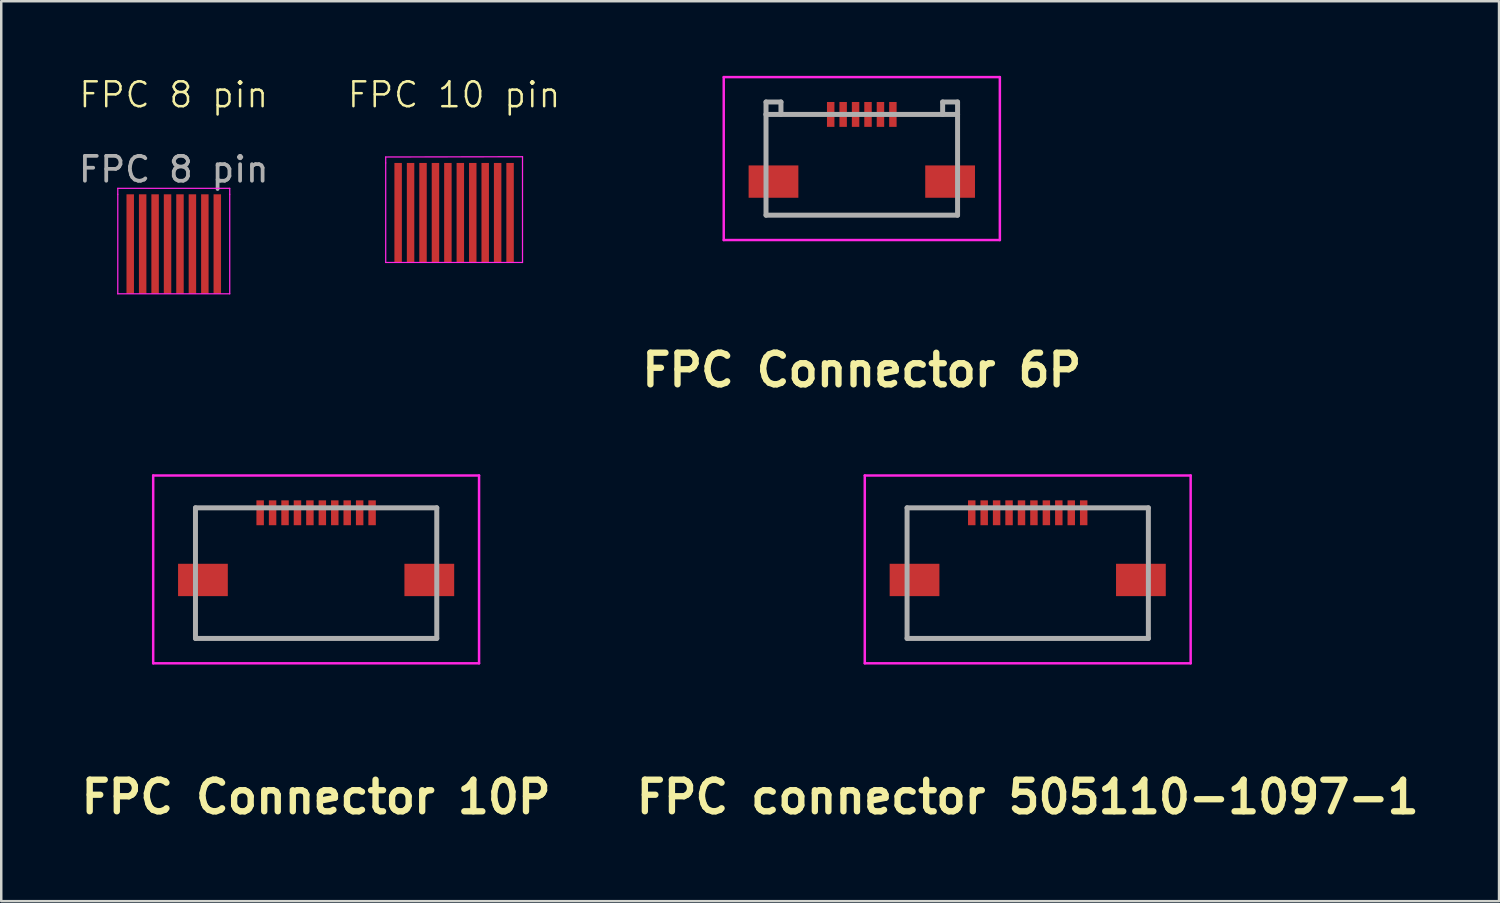
<source format=kicad_pcb>
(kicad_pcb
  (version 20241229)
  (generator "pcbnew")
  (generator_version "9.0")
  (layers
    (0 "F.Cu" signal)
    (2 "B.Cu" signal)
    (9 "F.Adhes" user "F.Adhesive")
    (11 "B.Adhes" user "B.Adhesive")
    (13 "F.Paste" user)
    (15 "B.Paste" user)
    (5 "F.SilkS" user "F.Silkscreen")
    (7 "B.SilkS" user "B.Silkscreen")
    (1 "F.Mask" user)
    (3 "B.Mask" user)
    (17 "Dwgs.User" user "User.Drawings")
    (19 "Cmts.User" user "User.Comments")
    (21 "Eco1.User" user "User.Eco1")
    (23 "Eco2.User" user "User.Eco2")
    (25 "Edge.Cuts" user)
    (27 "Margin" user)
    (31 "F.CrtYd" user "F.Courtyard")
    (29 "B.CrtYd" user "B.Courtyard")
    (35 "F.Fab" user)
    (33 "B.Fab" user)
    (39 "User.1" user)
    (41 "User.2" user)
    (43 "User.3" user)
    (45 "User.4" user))
  (footprint "FPC connector 505110-1097-1"
    (layer "F.Cu")
    (at 38.264 19.989)
    (property "Reference" "FPC connector 505110-1097-1" (at 0 9 0) (layer "F.SilkS") (effects (font (size 1.27 1.27) (thickness 0.254))))
    (attr smd)
    (fp_line (start -4.85 -2.625) (end -4.85 -0.6) (stroke (width 0.1) (type solid)) (layer "F.SilkS"))
    (fp_line (start -4.85 1.2) (end -4.85 2.625) (stroke (width 0.1) (type solid)) (layer "F.SilkS"))
    (fp_line (start -4.85 2.625) (end 4.8 2.625) (stroke (width 0.1) (type solid)) (layer "F.SilkS"))
    (fp_line (start -2.7 -2.625) (end -4.85 -2.625) (stroke (width 0.1) (type solid)) (layer "F.SilkS"))
    (fp_line (start 2.7 -2.625) (end 4.85 -2.625) (stroke (width 0.1) (type solid)) (layer "F.SilkS"))
    (fp_line (start 4.85 -2.625) (end 4.85 -0.6) (stroke (width 0.1) (type solid)) (layer "F.SilkS"))
    (fp_line (start 4.85 1.2) (end 4.85 2.625) (stroke (width 0.1) (type solid)) (layer "F.SilkS"))
    (fp_line (start 4.85 2.625) (end 4.8 2.625) (stroke (width 0.1) (type solid)) (layer "F.SilkS"))
    (fp_line (start -6.55 -3.925) (end 6.55 -3.925) (stroke (width 0.1) (type solid)) (layer "F.CrtYd"))
    (fp_line (start -6.55 3.625) (end -6.55 -3.925) (stroke (width 0.1) (type solid)) (layer "F.CrtYd"))
    (fp_line (start 6.55 -3.925) (end 6.55 3.625) (stroke (width 0.1) (type solid)) (layer "F.CrtYd"))
    (fp_line (start 6.55 3.625) (end -6.55 3.625) (stroke (width 0.1) (type solid)) (layer "F.CrtYd"))
    (fp_line (start -4.85 -2.625) (end 4.85 -2.625) (stroke (width 0.2) (type solid)) (layer "F.Fab"))
    (fp_line (start -4.85 2.625) (end -4.85 -2.625) (stroke (width 0.2) (type solid)) (layer "F.Fab"))
    (fp_line (start 4.85 -2.625) (end 4.85 2.625) (stroke (width 0.2) (type solid)) (layer "F.Fab"))
    (fp_line (start 4.85 2.625) (end -4.85 2.625) (stroke (width 0.2) (type solid)) (layer "F.Fab"))
    (pad "1" smd rect (at -2.25 -2.425) (size 0.3 1) (layers "F.Cu" "F.Mask" "F.Paste"))
    (pad "2" smd rect (at -1.75 -2.425) (size 0.3 1) (layers "F.Cu" "F.Mask" "F.Paste"))
    (pad "3" smd rect (at -1.25 -2.425) (size 0.3 1) (layers "F.Cu" "F.Mask" "F.Paste"))
    (pad "4" smd rect (at -0.75 -2.425) (size 0.3 1) (layers "F.Cu" "F.Mask" "F.Paste"))
    (pad "5" smd rect (at -0.25 -2.425) (size 0.3 1) (layers "F.Cu" "F.Mask" "F.Paste"))
    (pad "6" smd rect (at 0.25 -2.425) (size 0.3 1) (layers "F.Cu" "F.Mask" "F.Paste"))
    (pad "7" smd rect (at 0.75 -2.425) (size 0.3 1) (layers "F.Cu" "F.Mask" "F.Paste"))
    (pad "8" smd rect (at 1.25 -2.425) (size 0.3 1) (layers "F.Cu" "F.Mask" "F.Paste"))
    (pad "9" smd rect (at 1.75 -2.425) (size 0.3 1) (layers "F.Cu" "F.Mask" "F.Paste"))
    (pad "10" smd rect (at 2.25 -2.425) (size 0.3 1) (layers "F.Cu" "F.Mask" "F.Paste"))
    (pad "MP1" smd rect (at -4.55 0.275 90) (size 1.3 2) (layers "F.Cu" "F.Mask" "F.Paste"))
    (pad "MP2" smd rect (at 4.55 0.275 90) (size 1.3 2) (layers "F.Cu" "F.Mask" "F.Paste")))
  (footprint "FPC 8 pin"
    (layer "F.Cu")
    (at 3.935 6.761)
    (property "Reference" "FPC 8 pin" (at 0 -6 0) (unlocked yes) (layer "F.SilkS") (effects (font (size 1 1) (thickness 0.1))))
    (fp_line (start -2.25 -2.24) (end -2.25 -2) (stroke (width 0.05) (type default)) (layer "F.CrtYd"))
    (fp_line (start -2.25 2) (end -2.25 -2) (stroke (width 0.05) (type default)) (layer "F.CrtYd"))
    (fp_line (start 2.25 -2.24) (end -2.25 -2.24) (stroke (width 0.05) (type default)) (layer "F.CrtYd"))
    (fp_line (start 2.25 -2) (end 2.25 -2.24) (stroke (width 0.05) (type default)) (layer "F.CrtYd"))
    (fp_line (start 2.25 -2) (end 2.25 2) (stroke (width 0.05) (type default)) (layer "F.CrtYd"))
    (fp_line (start 2.25 2) (end -2.25 2) (stroke (width 0.05) (type default)) (layer "F.CrtYd"))
    (fp_text user "${REFERENCE}" (at 0 -3 0) (unlocked yes) (layer "F.Fab") (effects (font (size 1 1) (thickness 0.15))))
    (pad "1" connect rect (at -1.75 0 90) (size 4 0.3) (layers "F.Cu" "F.Mask"))
    (pad "2" connect rect (at -1.25 0 90) (size 4 0.3) (layers "F.Cu" "F.Mask"))
    (pad "3" connect rect (at -0.75 0 90) (size 4 0.3) (layers "F.Cu" "F.Mask"))
    (pad "4" connect rect (at -0.25 0 90) (size 4 0.3) (layers "F.Cu" "F.Mask"))
    (pad "5" connect rect (at 0.25 0 90) (size 4 0.3) (layers "F.Cu" "F.Mask"))
    (pad "6" connect rect (at 0.75 0 90) (size 4 0.3) (layers "F.Cu" "F.Mask"))
    (pad "7" connect rect (at 1.25 0 90) (size 4 0.3) (layers "F.Cu" "F.Mask"))
    (pad "8" connect rect (at 1.75 0 90) (size 4 0.3) (layers "F.Cu" "F.Mask")))
  (footprint "FPC 10 pin"
    (layer "F.Cu")
    (at 15.205 5.511)
    (property "Reference" "FPC 10 pin" (at 0 -4.75 0) (unlocked yes) (layer "F.SilkS") (effects (font (size 1 1) (thickness 0.1))))
    (fp_line (start -2.75 -2.25) (end -2.75 -2.01) (stroke (width 0.05) (type default)) (layer "F.CrtYd"))
    (fp_line (start -2.75 1.99) (end -2.75 -2.01) (stroke (width 0.05) (type default)) (layer "F.CrtYd"))
    (fp_line (start 2.75 -2.26) (end -2.75 -2.25) (stroke (width 0.05) (type default)) (layer "F.CrtYd"))
    (fp_line (start 2.75 -2.26) (end 2.75 1.99) (stroke (width 0.05) (type default)) (layer "F.CrtYd"))
    (fp_line (start 2.75 1.99) (end -2.75 1.99) (stroke (width 0.05) (type default)) (layer "F.CrtYd"))
    (pad "1" connect rect (at -2.25 -0.01 90) (size 4 0.3) (layers "F.Cu" "F.Mask"))
    (pad "2" connect rect (at -1.75 -0.01 90) (size 4 0.3) (layers "F.Cu" "F.Mask"))
    (pad "3" connect rect (at -1.25 -0.01 90) (size 4 0.3) (layers "F.Cu" "F.Mask"))
    (pad "4" connect rect (at -0.75 -0.01 90) (size 4 0.3) (layers "F.Cu" "F.Mask"))
    (pad "5" connect rect (at -0.25 -0.01 90) (size 4 0.3) (layers "F.Cu" "F.Mask"))
    (pad "6" connect rect (at 0.25 -0.01 90) (size 4 0.3) (layers "F.Cu" "F.Mask"))
    (pad "7" connect rect (at 0.75 -0.01 90) (size 4 0.3) (layers "F.Cu" "F.Mask"))
    (pad "8" connect rect (at 1.25 -0.01 90) (size 4 0.3) (layers "F.Cu" "F.Mask"))
    (pad "9" connect rect (at 1.75 -0.01 90) (size 4 0.3) (layers "F.Cu" "F.Mask"))
    (pad "10" connect rect (at 2.25 -0.01 90) (size 4 0.3) (layers "F.Cu" "F.Mask")))
  (footprint "FPC Connector 10P"
    (layer "F.Cu")
    (at 9.658 19.989)
    (property "Reference" "FPC Connector 10P" (at 0 9 0) (layer "F.SilkS") (effects (font (size 1.27 1.27) (thickness 0.254))))
    (attr smd)
    (fp_line (start -4.85 -2.625) (end -4.85 -0.6) (stroke (width 0.1) (type solid)) (layer "F.SilkS"))
    (fp_line (start -4.85 1.2) (end -4.85 2.625) (stroke (width 0.1) (type solid)) (layer "F.SilkS"))
    (fp_line (start -4.85 2.625) (end 4.8 2.625) (stroke (width 0.1) (type solid)) (layer "F.SilkS"))
    (fp_line (start -2.7 -2.625) (end -4.85 -2.625) (stroke (width 0.1) (type solid)) (layer "F.SilkS"))
    (fp_line (start 2.7 -2.625) (end 4.85 -2.625) (stroke (width 0.1) (type solid)) (layer "F.SilkS"))
    (fp_line (start 4.85 -2.625) (end 4.85 -0.6) (stroke (width 0.1) (type solid)) (layer "F.SilkS"))
    (fp_line (start 4.85 1.2) (end 4.85 2.625) (stroke (width 0.1) (type solid)) (layer "F.SilkS"))
    (fp_line (start 4.85 2.625) (end 4.8 2.625) (stroke (width 0.1) (type solid)) (layer "F.SilkS"))
    (fp_line (start -6.55 -3.925) (end 6.55 -3.925) (stroke (width 0.1) (type solid)) (layer "F.CrtYd"))
    (fp_line (start -6.55 3.625) (end -6.55 -3.925) (stroke (width 0.1) (type solid)) (layer "F.CrtYd"))
    (fp_line (start 6.55 -3.925) (end 6.55 3.625) (stroke (width 0.1) (type solid)) (layer "F.CrtYd"))
    (fp_line (start 6.55 3.625) (end -6.55 3.625) (stroke (width 0.1) (type solid)) (layer "F.CrtYd"))
    (fp_line (start -4.85 -2.625) (end 4.85 -2.625) (stroke (width 0.2) (type solid)) (layer "F.Fab"))
    (fp_line (start -4.85 2.625) (end -4.85 -2.625) (stroke (width 0.2) (type solid)) (layer "F.Fab"))
    (fp_line (start 4.85 -2.625) (end 4.85 2.625) (stroke (width 0.2) (type solid)) (layer "F.Fab"))
    (fp_line (start 4.85 2.625) (end -4.85 2.625) (stroke (width 0.2) (type solid)) (layer "F.Fab"))
    (pad "1" smd rect (at -2.25 -2.425) (size 0.3 1) (layers "F.Cu" "F.Mask" "F.Paste"))
    (pad "2" smd rect (at -1.75 -2.425) (size 0.3 1) (layers "F.Cu" "F.Mask" "F.Paste"))
    (pad "3" smd rect (at -1.25 -2.425) (size 0.3 1) (layers "F.Cu" "F.Mask" "F.Paste"))
    (pad "4" smd rect (at -0.75 -2.425) (size 0.3 1) (layers "F.Cu" "F.Mask" "F.Paste"))
    (pad "5" smd rect (at -0.25 -2.425) (size 0.3 1) (layers "F.Cu" "F.Mask" "F.Paste"))
    (pad "6" smd rect (at 0.25 -2.425) (size 0.3 1) (layers "F.Cu" "F.Mask" "F.Paste"))
    (pad "7" smd rect (at 0.75 -2.425) (size 0.3 1) (layers "F.Cu" "F.Mask" "F.Paste"))
    (pad "8" smd rect (at 1.25 -2.425) (size 0.3 1) (layers "F.Cu" "F.Mask" "F.Paste"))
    (pad "9" smd rect (at 1.75 -2.425) (size 0.3 1) (layers "F.Cu" "F.Mask" "F.Paste"))
    (pad "10" smd rect (at 2.25 -2.425) (size 0.3 1) (layers "F.Cu" "F.Mask" "F.Paste"))
    (pad "MP1" smd rect (at -4.55 0.275 90) (size 1.3 2) (layers "F.Cu" "F.Mask" "F.Paste"))
    (pad "MP2" smd rect (at 4.55 0.275 90) (size 1.3 2) (layers "F.Cu" "F.Mask" "F.Paste")))
  (footprint "FPC Connector 6P"
    (layer "F.Cu")
    (at 31.594 3.325)
    (property "Reference" "FPC Connector 6P" (at 0 8.5 0) (layer "F.SilkS") (effects (font (size 1.27 1.27) (thickness 0.254))))
    (attr smd)
    (fp_line (start -3.85 2.275) (end 3.85 2.275) (stroke (width 0.1) (type solid)) (layer "F.SilkS"))
    (fp_line (start -5.55 -3.275) (end 5.55 -3.275) (stroke (width 0.1) (type solid)) (layer "F.CrtYd"))
    (fp_line (start -5.55 3.275) (end -5.55 -3.275) (stroke (width 0.1) (type solid)) (layer "F.CrtYd"))
    (fp_line (start 5.55 -3.275) (end 5.55 3.275) (stroke (width 0.1) (type solid)) (layer "F.CrtYd"))
    (fp_line (start 5.55 3.275) (end -5.55 3.275) (stroke (width 0.1) (type solid)) (layer "F.CrtYd"))
    (fp_line (start -3.85 -2.275) (end -3.25 -2.275) (stroke (width 0.2) (type solid)) (layer "F.Fab"))
    (fp_line (start -3.85 -1.775) (end -3.85 -2.275) (stroke (width 0.2) (type solid)) (layer "F.Fab"))
    (fp_line (start -3.85 -1.775) (end 3.85 -1.775) (stroke (width 0.2) (type solid)) (layer "F.Fab"))
    (fp_line (start -3.85 2.275) (end -3.85 -1.775) (stroke (width 0.2) (type solid)) (layer "F.Fab"))
    (fp_line (start -3.25 -2.275) (end -3.25 -1.775) (stroke (width 0.2) (type solid)) (layer "F.Fab"))
    (fp_line (start 3.25 -2.275) (end 3.25 -1.775) (stroke (width 0.2) (type solid)) (layer "F.Fab"))
    (fp_line (start 3.85 -2.275) (end 3.25 -2.275) (stroke (width 0.2) (type solid)) (layer "F.Fab"))
    (fp_line (start 3.85 -1.775) (end 3.85 -2.275) (stroke (width 0.2) (type solid)) (layer "F.Fab"))
    (fp_line (start 3.85 -1.775) (end 3.85 2.275) (stroke (width 0.2) (type solid)) (layer "F.Fab"))
    (fp_line (start 3.85 2.275) (end -3.85 2.275) (stroke (width 0.2) (type solid)) (layer "F.Fab"))
    (pad "1" smd rect (at -1.25 -1.775) (size 0.3 1) (layers "F.Cu" "F.Mask" "F.Paste"))
    (pad "2" smd rect (at -0.75 -1.775) (size 0.3 1) (layers "F.Cu" "F.Mask" "F.Paste"))
    (pad "3" smd rect (at -0.25 -1.775) (size 0.3 1) (layers "F.Cu" "F.Mask" "F.Paste"))
    (pad "4" smd rect (at 0.25 -1.775) (size 0.3 1) (layers "F.Cu" "F.Mask" "F.Paste"))
    (pad "5" smd rect (at 0.75 -1.775) (size 0.3 1) (layers "F.Cu" "F.Mask" "F.Paste"))
    (pad "6" smd rect (at 1.25 -1.775) (size 0.3 1) (layers "F.Cu" "F.Mask" "F.Paste"))
    (pad "MP1" smd rect (at -3.55 0.925 90) (size 1.3 2) (layers "F.Cu" "F.Mask" "F.Paste"))
    (pad "MP2" smd rect (at 3.55 0.925 90) (size 1.3 2) (layers "F.Cu" "F.Mask" "F.Paste")))
  (gr_rect
    (start -3 -3)
    (end 57.211 33.177)
    (stroke (width 0.1) (type default))
    (fill no)
    (layer "Edge.Cuts")))
</source>
